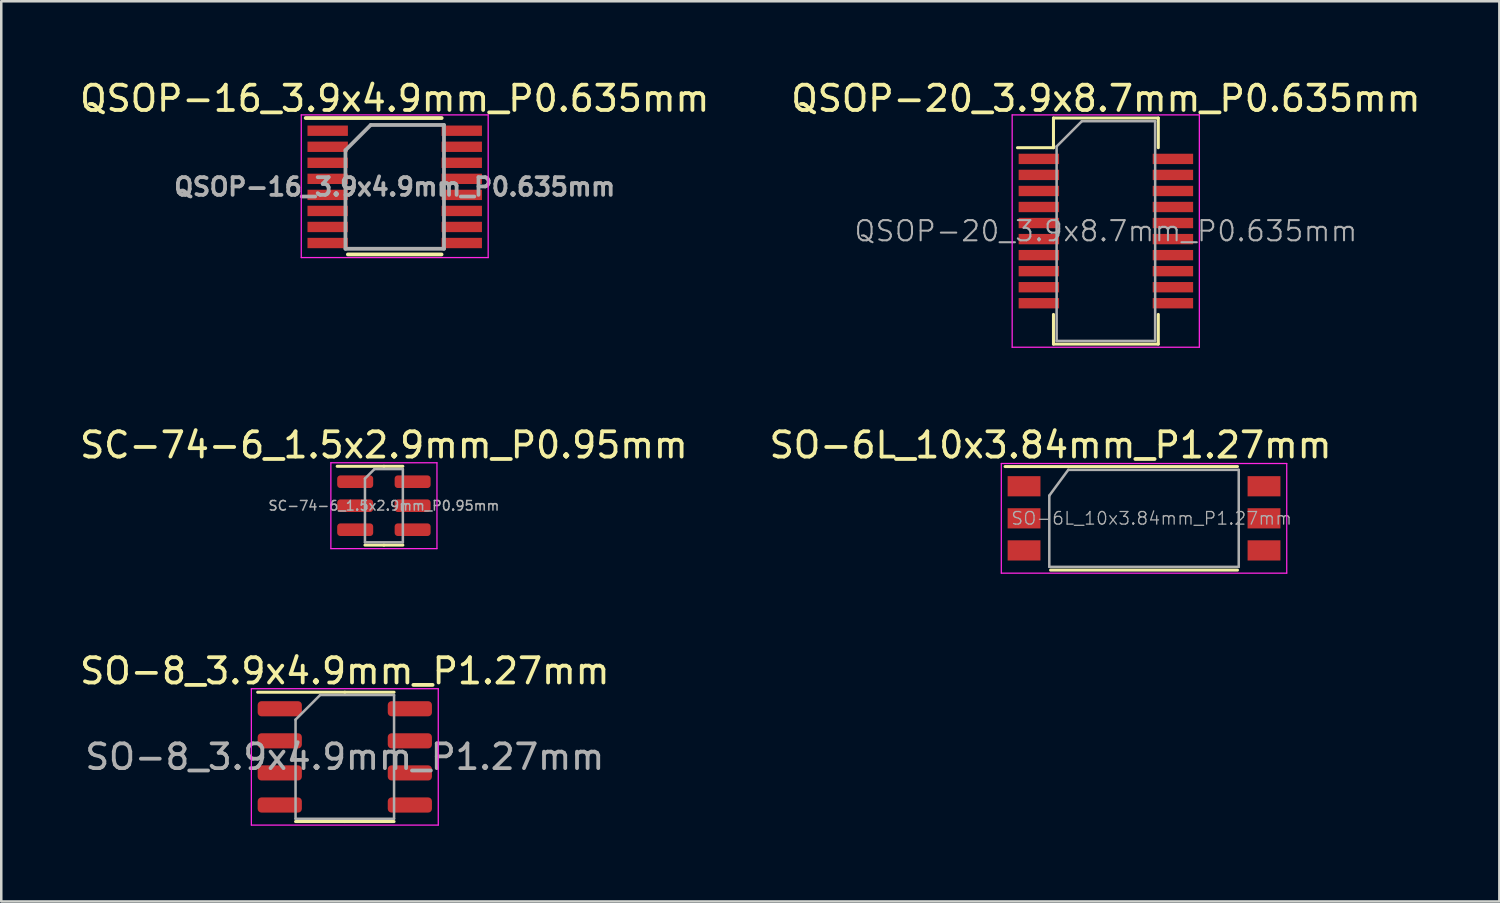
<source format=kicad_pcb>
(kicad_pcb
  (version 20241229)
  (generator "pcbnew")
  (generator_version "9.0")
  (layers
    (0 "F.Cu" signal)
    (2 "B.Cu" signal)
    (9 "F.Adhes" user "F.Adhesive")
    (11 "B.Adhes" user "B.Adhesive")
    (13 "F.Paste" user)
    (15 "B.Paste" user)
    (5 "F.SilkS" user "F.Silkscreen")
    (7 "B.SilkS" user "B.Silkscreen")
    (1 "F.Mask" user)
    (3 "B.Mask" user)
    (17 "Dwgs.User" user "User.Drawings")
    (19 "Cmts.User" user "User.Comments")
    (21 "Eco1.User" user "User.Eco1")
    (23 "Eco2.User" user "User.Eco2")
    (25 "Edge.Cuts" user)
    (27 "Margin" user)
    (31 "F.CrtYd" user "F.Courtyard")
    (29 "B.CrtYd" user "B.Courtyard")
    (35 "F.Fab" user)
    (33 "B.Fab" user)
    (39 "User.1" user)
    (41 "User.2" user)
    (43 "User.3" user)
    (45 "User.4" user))
  (footprint "SC-74-6_1.5x2.9mm_P0.95mm"
    (layer "F.Cu")
    (at 12.149 16.971)
    (property "Reference" "SC-74-6_1.5x2.9mm_P0.95mm" (at 0 -2.4 0) (layer "F.SilkS") (effects (font (size 1 1) (thickness 0.15))))
    (attr smd)
    (fp_line (start 0 -1.56) (end -1.85 -1.56) (stroke (width 0.12) (type solid)) (layer "F.SilkS"))
    (fp_line (start 0 -1.56) (end 0.75 -1.56) (stroke (width 0.12) (type solid)) (layer "F.SilkS"))
    (fp_line (start 0 1.56) (end -0.75 1.56) (stroke (width 0.12) (type solid)) (layer "F.SilkS"))
    (fp_line (start 0 1.56) (end 0.75 1.56) (stroke (width 0.12) (type solid)) (layer "F.SilkS"))
    (fp_line (start -2.1 -1.7) (end -2.1 1.7) (stroke (width 0.05) (type solid)) (layer "F.CrtYd"))
    (fp_line (start -2.1 1.7) (end 2.1 1.7) (stroke (width 0.05) (type solid)) (layer "F.CrtYd"))
    (fp_line (start 2.1 -1.7) (end -2.1 -1.7) (stroke (width 0.05) (type solid)) (layer "F.CrtYd"))
    (fp_line (start 2.1 1.7) (end 2.1 -1.7) (stroke (width 0.05) (type solid)) (layer "F.CrtYd"))
    (fp_line (start -0.75 -1.075) (end -0.375 -1.45) (stroke (width 0.1) (type solid)) (layer "F.Fab"))
    (fp_line (start -0.75 1.45) (end -0.75 -1.075) (stroke (width 0.1) (type solid)) (layer "F.Fab"))
    (fp_line (start -0.375 -1.45) (end 0.75 -1.45) (stroke (width 0.1) (type solid)) (layer "F.Fab"))
    (fp_line (start 0.75 -1.45) (end 0.75 1.45) (stroke (width 0.1) (type solid)) (layer "F.Fab"))
    (fp_line (start 0.75 1.45) (end -0.75 1.45) (stroke (width 0.1) (type solid)) (layer "F.Fab"))
    (fp_text user "${REFERENCE}" (at 0 0 0) (layer "F.Fab") (effects (font (size 0.38 0.38) (thickness 0.06))))
    (pad "1" smd roundrect (at -1.137 -0.95) (size 1.425 0.5) (layers "F.Cu" "F.Mask" "F.Paste") (roundrect_rratio 0.25))
    (pad "2" smd roundrect (at -1.137 0) (size 1.425 0.5) (layers "F.Cu" "F.Mask" "F.Paste") (roundrect_rratio 0.25))
    (pad "3" smd roundrect (at -1.137 0.95) (size 1.425 0.5) (layers "F.Cu" "F.Mask" "F.Paste") (roundrect_rratio 0.25))
    (pad "4" smd roundrect (at 1.137 0.95) (size 1.425 0.5) (layers "F.Cu" "F.Mask" "F.Paste") (roundrect_rratio 0.25))
    (pad "5" smd roundrect (at 1.137 0) (size 1.425 0.5) (layers "F.Cu" "F.Mask" "F.Paste") (roundrect_rratio 0.25))
    (pad "6" smd roundrect (at 1.137 -0.95) (size 1.425 0.5) (layers "F.Cu" "F.Mask" "F.Paste") (roundrect_rratio 0.25)))
  (footprint "SO-8_3.9x4.9mm_P1.27mm"
    (layer "F.Cu")
    (at 10.601 26.915)
    (property "Reference" "SO-8_3.9x4.9mm_P1.27mm" (at 0 -3.4 0) (layer "F.SilkS") (effects (font (size 1 1) (thickness 0.15))))
    (attr smd)
    (fp_line (start 0 -2.56) (end -3.45 -2.56) (stroke (width 0.12) (type solid)) (layer "F.SilkS"))
    (fp_line (start 0 -2.56) (end 1.95 -2.56) (stroke (width 0.12) (type solid)) (layer "F.SilkS"))
    (fp_line (start 0 2.56) (end -1.95 2.56) (stroke (width 0.12) (type solid)) (layer "F.SilkS"))
    (fp_line (start 0 2.56) (end 1.95 2.56) (stroke (width 0.12) (type solid)) (layer "F.SilkS"))
    (fp_line (start -3.7 -2.7) (end -3.7 2.7) (stroke (width 0.05) (type solid)) (layer "F.CrtYd"))
    (fp_line (start -3.7 2.7) (end 3.7 2.7) (stroke (width 0.05) (type solid)) (layer "F.CrtYd"))
    (fp_line (start 3.7 -2.7) (end -3.7 -2.7) (stroke (width 0.05) (type solid)) (layer "F.CrtYd"))
    (fp_line (start 3.7 2.7) (end 3.7 -2.7) (stroke (width 0.05) (type solid)) (layer "F.CrtYd"))
    (fp_line (start -1.95 -1.475) (end -0.975 -2.45) (stroke (width 0.1) (type solid)) (layer "F.Fab"))
    (fp_line (start -1.95 2.45) (end -1.95 -1.475) (stroke (width 0.1) (type solid)) (layer "F.Fab"))
    (fp_line (start -0.975 -2.45) (end 1.95 -2.45) (stroke (width 0.1) (type solid)) (layer "F.Fab"))
    (fp_line (start 1.95 -2.45) (end 1.95 2.45) (stroke (width 0.1) (type solid)) (layer "F.Fab"))
    (fp_line (start 1.95 2.45) (end -1.95 2.45) (stroke (width 0.1) (type solid)) (layer "F.Fab"))
    (fp_text user "${REFERENCE}" (at 0 0 0) (layer "F.Fab") (effects (font (size 0.98 0.98) (thickness 0.15))))
    (pad "1" smd roundrect (at -2.575 -1.905) (size 1.75 0.6) (layers "F.Cu" "F.Mask" "F.Paste") (roundrect_rratio 0.25))
    (pad "2" smd roundrect (at -2.575 -0.635) (size 1.75 0.6) (layers "F.Cu" "F.Mask" "F.Paste") (roundrect_rratio 0.25))
    (pad "3" smd roundrect (at -2.575 0.635) (size 1.75 0.6) (layers "F.Cu" "F.Mask" "F.Paste") (roundrect_rratio 0.25))
    (pad "4" smd roundrect (at -2.575 1.905) (size 1.75 0.6) (layers "F.Cu" "F.Mask" "F.Paste") (roundrect_rratio 0.25))
    (pad "5" smd roundrect (at 2.575 1.905) (size 1.75 0.6) (layers "F.Cu" "F.Mask" "F.Paste") (roundrect_rratio 0.25))
    (pad "6" smd roundrect (at 2.575 0.635) (size 1.75 0.6) (layers "F.Cu" "F.Mask" "F.Paste") (roundrect_rratio 0.25))
    (pad "7" smd roundrect (at 2.575 -0.635) (size 1.75 0.6) (layers "F.Cu" "F.Mask" "F.Paste") (roundrect_rratio 0.25))
    (pad "8" smd roundrect (at 2.575 -1.905) (size 1.75 0.6) (layers "F.Cu" "F.Mask" "F.Paste") (roundrect_rratio 0.25)))
  (footprint "QSOP-20_3.9x8.7mm_P0.635mm"
    (layer "F.Cu")
    (at 40.732 6.098)
    (property "Reference" "QSOP-20_3.9x8.7mm_P0.635mm" (at 0 -5.25 0) (layer "F.SilkS") (effects (font (size 1 1) (thickness 0.15))))
    (attr smd)
    (fp_line (start -3.5 -3.3) (end -2.075 -3.3) (stroke (width 0.12) (type solid)) (layer "F.SilkS"))
    (fp_line (start -2.075 -4.475) (end 2.075 -4.475) (stroke (width 0.12) (type solid)) (layer "F.SilkS"))
    (fp_line (start -2.075 -3.3) (end -2.075 -4.475) (stroke (width 0.12) (type solid)) (layer "F.SilkS"))
    (fp_line (start -2.075 3.3) (end -2.075 4.475) (stroke (width 0.12) (type solid)) (layer "F.SilkS"))
    (fp_line (start -2.075 4.475) (end 2.075 4.475) (stroke (width 0.12) (type solid)) (layer "F.SilkS"))
    (fp_line (start 2.075 -3.3) (end 2.075 -4.475) (stroke (width 0.12) (type solid)) (layer "F.SilkS"))
    (fp_line (start 2.075 3.3) (end 2.075 4.475) (stroke (width 0.12) (type solid)) (layer "F.SilkS"))
    (fp_line (start -3.71 -4.6) (end -3.71 4.6) (stroke (width 0.05) (type solid)) (layer "F.CrtYd"))
    (fp_line (start -3.71 -4.6) (end 3.7 -4.6) (stroke (width 0.05) (type solid)) (layer "F.CrtYd"))
    (fp_line (start -3.71 4.6) (end 3.7 4.6) (stroke (width 0.05) (type solid)) (layer "F.CrtYd"))
    (fp_line (start 3.7 -4.6) (end 3.7 4.6) (stroke (width 0.05) (type solid)) (layer "F.CrtYd"))
    (fp_line (start -1.95 -3.35) (end -0.95 -4.35) (stroke (width 0.1) (type solid)) (layer "F.Fab"))
    (fp_line (start -1.95 4.35) (end -1.95 -3.35) (stroke (width 0.1) (type solid)) (layer "F.Fab"))
    (fp_line (start -0.95 -4.35) (end 1.95 -4.35) (stroke (width 0.1) (type solid)) (layer "F.Fab"))
    (fp_line (start 1.95 -4.35) (end 1.95 4.35) (stroke (width 0.1) (type solid)) (layer "F.Fab"))
    (fp_line (start 1.95 4.35) (end -1.95 4.35) (stroke (width 0.1) (type solid)) (layer "F.Fab"))
    (fp_text user "${REFERENCE}" (at 0 0 0) (layer "F.Fab") (effects (font (size 0.8 0.8) (thickness 0.08))))
    (pad "1" smd rect (at -2.654 -2.857) (size 1.6 0.41) (layers "F.Cu" "F.Mask" "F.Paste"))
    (pad "2" smd rect (at -2.654 -2.223) (size 1.6 0.41) (layers "F.Cu" "F.Mask" "F.Paste"))
    (pad "3" smd rect (at -2.654 -1.587) (size 1.6 0.41) (layers "F.Cu" "F.Mask" "F.Paste"))
    (pad "4" smd rect (at -2.654 -0.953) (size 1.6 0.41) (layers "F.Cu" "F.Mask" "F.Paste"))
    (pad "5" smd rect (at -2.654 -0.318) (size 1.6 0.41) (layers "F.Cu" "F.Mask" "F.Paste"))
    (pad "6" smd rect (at -2.654 0.318) (size 1.6 0.41) (layers "F.Cu" "F.Mask" "F.Paste"))
    (pad "7" smd rect (at -2.654 0.953) (size 1.6 0.41) (layers "F.Cu" "F.Mask" "F.Paste"))
    (pad "8" smd rect (at -2.654 1.587) (size 1.6 0.41) (layers "F.Cu" "F.Mask" "F.Paste"))
    (pad "9" smd rect (at -2.654 2.223) (size 1.6 0.41) (layers "F.Cu" "F.Mask" "F.Paste"))
    (pad "10" smd rect (at -2.654 2.857) (size 1.6 0.41) (layers "F.Cu" "F.Mask" "F.Paste"))
    (pad "11" smd rect (at 2.654 2.857) (size 1.6 0.41) (layers "F.Cu" "F.Mask" "F.Paste"))
    (pad "12" smd rect (at 2.654 2.223) (size 1.6 0.41) (layers "F.Cu" "F.Mask" "F.Paste"))
    (pad "13" smd rect (at 2.654 1.587) (size 1.6 0.41) (layers "F.Cu" "F.Mask" "F.Paste"))
    (pad "14" smd rect (at 2.654 0.953) (size 1.6 0.41) (layers "F.Cu" "F.Mask" "F.Paste"))
    (pad "15" smd rect (at 2.654 0.318) (size 1.6 0.41) (layers "F.Cu" "F.Mask" "F.Paste"))
    (pad "16" smd rect (at 2.654 -0.318) (size 1.6 0.41) (layers "F.Cu" "F.Mask" "F.Paste"))
    (pad "17" smd rect (at 2.654 -0.953) (size 1.6 0.41) (layers "F.Cu" "F.Mask" "F.Paste"))
    (pad "18" smd rect (at 2.654 -1.587) (size 1.6 0.41) (layers "F.Cu" "F.Mask" "F.Paste"))
    (pad "19" smd rect (at 2.654 -2.223) (size 1.6 0.41) (layers "F.Cu" "F.Mask" "F.Paste"))
    (pad "20" smd rect (at 2.654 -2.857) (size 1.6 0.41) (layers "F.Cu" "F.Mask" "F.Paste")))
  (footprint "SO-6L_10x3.84mm_P1.27mm"
    (layer "F.Cu")
    (at 42.242 17.471)
    (property "Reference" "SO-6L_10x3.84mm_P1.27mm" (at -3.7 -2.9 0) (layer "F.SilkS") (effects (font (size 1 1) (thickness 0.15))))
    (attr smd)
    (fp_line (start -5.5 -2.05) (end 3.7 -2.05) (stroke (width 0.12) (type solid)) (layer "F.SilkS"))
    (fp_line (start -3.7 2.05) (end 3.7 2.05) (stroke (width 0.12) (type solid)) (layer "F.SilkS"))
    (fp_line (start -5.65 -2.17) (end -5.65 2.17) (stroke (width 0.05) (type solid)) (layer "F.CrtYd"))
    (fp_line (start -5.65 2.17) (end 5.65 2.17) (stroke (width 0.05) (type solid)) (layer "F.CrtYd"))
    (fp_line (start 5.65 -2.17) (end -5.65 -2.17) (stroke (width 0.05) (type solid)) (layer "F.CrtYd"))
    (fp_line (start 5.65 2.17) (end 5.65 -2.17) (stroke (width 0.05) (type solid)) (layer "F.CrtYd"))
    (fp_line (start -3.75 -0.9) (end -3 -1.92) (stroke (width 0.1) (type solid)) (layer "F.Fab"))
    (fp_line (start -3.75 1.92) (end -3.75 -0.9) (stroke (width 0.1) (type solid)) (layer "F.Fab"))
    (fp_line (start -3.75 1.92) (end 3.75 1.92) (stroke (width 0.1) (type solid)) (layer "F.Fab"))
    (fp_line (start -3 -1.92) (end 3.75 -1.92) (stroke (width 0.1) (type solid)) (layer "F.Fab"))
    (fp_line (start 3.75 1.92) (end 3.75 -1.92) (stroke (width 0.1) (type solid)) (layer "F.Fab"))
    (fp_text user "${REFERENCE}" (at 0.3 0 180) (layer "F.Fab") (effects (font (size 0.5 0.5) (thickness 0.05))))
    (pad "1" smd rect (at -4.75 -1.27 90) (size 0.8 1.3) (layers "F.Cu" "F.Mask" "F.Paste"))
    (pad "2" smd rect (at -4.75 0 90) (size 0.8 1.3) (layers "F.Cu" "F.Mask" "F.Paste"))
    (pad "3" smd rect (at -4.75 1.27 90) (size 0.8 1.3) (layers "F.Cu" "F.Mask" "F.Paste"))
    (pad "4" smd rect (at 4.75 1.27 90) (size 0.8 1.3) (layers "F.Cu" "F.Mask" "F.Paste"))
    (pad "5" smd rect (at 4.75 0 90) (size 0.8 1.3) (layers "F.Cu" "F.Mask" "F.Paste"))
    (pad "6" smd rect (at 4.75 -1.27 90) (size 0.8 1.3) (layers "F.Cu" "F.Mask" "F.Paste")))
  (footprint "QSOP-16_3.9x4.9mm_P0.635mm"
    (layer "F.Cu")
    (at 12.577 4.348)
    (property "Reference" "QSOP-16_3.9x4.9mm_P0.635mm" (at 0 -3.5 0) (layer "F.SilkS") (effects (font (size 1 1) (thickness 0.15))))
    (attr smd)
    (fp_line (start -3.525 -2.725) (end 1.859 -2.725) (stroke (width 0.15) (type solid)) (layer "F.SilkS"))
    (fp_line (start -1.854 2.675) (end 1.854 2.675) (stroke (width 0.15) (type solid)) (layer "F.SilkS"))
    (fp_line (start -3.7 -2.85) (end -3.7 2.8) (stroke (width 0.05) (type solid)) (layer "F.CrtYd"))
    (fp_line (start -3.7 -2.85) (end 3.7 -2.85) (stroke (width 0.05) (type solid)) (layer "F.CrtYd"))
    (fp_line (start -3.7 2.8) (end 3.7 2.8) (stroke (width 0.05) (type solid)) (layer "F.CrtYd"))
    (fp_line (start 3.7 -2.85) (end 3.7 2.8) (stroke (width 0.05) (type solid)) (layer "F.CrtYd"))
    (fp_line (start -1.95 -1.45) (end -0.95 -2.45) (stroke (width 0.15) (type solid)) (layer "F.Fab"))
    (fp_line (start -1.95 2.45) (end -1.95 -1.45) (stroke (width 0.15) (type solid)) (layer "F.Fab"))
    (fp_line (start -0.95 -2.45) (end 1.95 -2.45) (stroke (width 0.15) (type solid)) (layer "F.Fab"))
    (fp_line (start 1.95 -2.45) (end 1.95 2.45) (stroke (width 0.15) (type solid)) (layer "F.Fab"))
    (fp_line (start 1.95 2.45) (end -1.95 2.45) (stroke (width 0.15) (type solid)) (layer "F.Fab"))
    (fp_text user "${REFERENCE}" (at 0 0 0) (layer "F.Fab") (effects (font (size 0.7 0.7) (thickness 0.15))))
    (pad "1" smd rect (at -2.654 -2.223) (size 1.6 0.41) (layers "F.Cu" "F.Mask" "F.Paste"))
    (pad "2" smd rect (at -2.654 -1.587) (size 1.6 0.41) (layers "F.Cu" "F.Mask" "F.Paste"))
    (pad "3" smd rect (at -2.654 -0.953) (size 1.6 0.41) (layers "F.Cu" "F.Mask" "F.Paste"))
    (pad "4" smd rect (at -2.654 -0.318) (size 1.6 0.41) (layers "F.Cu" "F.Mask" "F.Paste"))
    (pad "5" smd rect (at -2.654 0.318) (size 1.6 0.41) (layers "F.Cu" "F.Mask" "F.Paste"))
    (pad "6" smd rect (at -2.654 0.953) (size 1.6 0.41) (layers "F.Cu" "F.Mask" "F.Paste"))
    (pad "7" smd rect (at -2.654 1.587) (size 1.6 0.41) (layers "F.Cu" "F.Mask" "F.Paste"))
    (pad "8" smd rect (at -2.654 2.223) (size 1.6 0.41) (layers "F.Cu" "F.Mask" "F.Paste"))
    (pad "9" smd rect (at 2.654 2.223) (size 1.6 0.41) (layers "F.Cu" "F.Mask" "F.Paste"))
    (pad "10" smd rect (at 2.654 1.587) (size 1.6 0.41) (layers "F.Cu" "F.Mask" "F.Paste"))
    (pad "11" smd rect (at 2.654 0.953) (size 1.6 0.41) (layers "F.Cu" "F.Mask" "F.Paste"))
    (pad "12" smd rect (at 2.654 0.318) (size 1.6 0.41) (layers "F.Cu" "F.Mask" "F.Paste"))
    (pad "13" smd rect (at 2.654 -0.318) (size 1.6 0.41) (layers "F.Cu" "F.Mask" "F.Paste"))
    (pad "14" smd rect (at 2.654 -0.953) (size 1.6 0.41) (layers "F.Cu" "F.Mask" "F.Paste"))
    (pad "15" smd rect (at 2.654 -1.587) (size 1.6 0.41) (layers "F.Cu" "F.Mask" "F.Paste"))
    (pad "16" smd rect (at 2.654 -2.223) (size 1.6 0.41) (layers "F.Cu" "F.Mask" "F.Paste")))
  (gr_rect
    (start -3 -3)
    (end 56.31 32.64)
    (stroke (width 0.1) (type default))
    (fill no)
    (layer "Edge.Cuts")))
</source>
